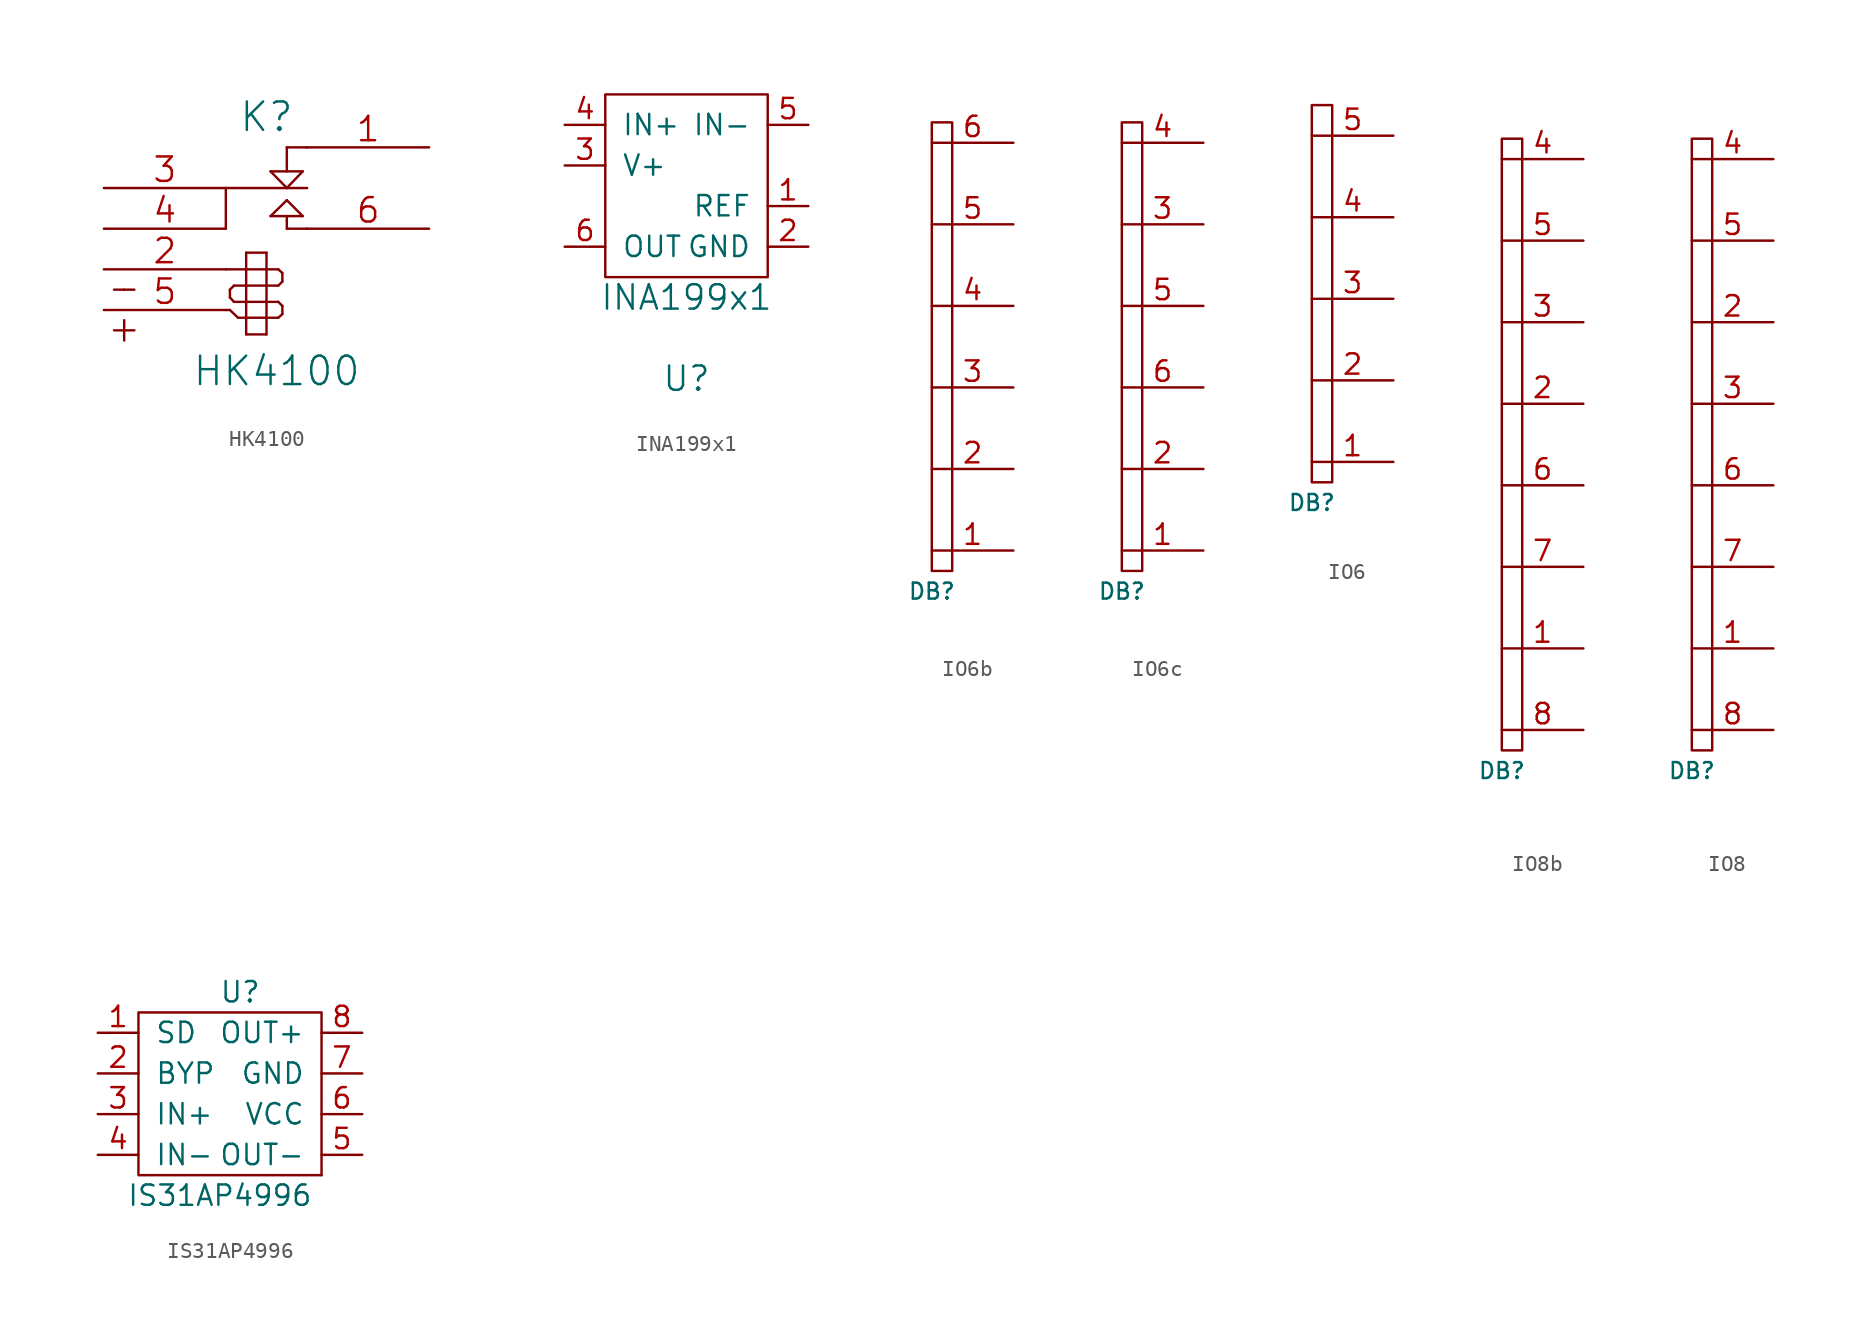
<source format=kicad_sym>
(kicad_symbol_lib
  (version 20220914)
  (generator kicad_symbol_editor)
  (symbol "HK4100"
    (pin_names
      (offset 1.016) hide)
    (property "Reference" "K"
      (at 0 3.175 0)
      (effects (font (size 1.778 1.778))))
    (property "Value" "HK4100"
      (at 0.635 -12.7 0)
      (effects (font (size 1.778 1.778))))
    (property "Footprint" ""
      (at 0 0 0)
      (effects (font (size 1.524 1.524))))
    (property "Datasheet" ""
      (at 0 0 0)
      (effects (font (size 1.524 1.524))))
    (symbol "HK4100_0_1"
      (polyline (pts (xy -9.525 -10.16) (xy -8.255 -10.16)) (stroke (width 0) (type solid)) (fill (type none)))
      (polyline (pts (xy -9.525 -7.62) (xy -8.89 -7.62)) (stroke (width 0) (type solid)) (fill (type none)))
      (polyline (pts (xy -8.89 -9.525) (xy -8.89 -10.795)) (stroke (width 0) (type solid)) (fill (type none)))
      (polyline (pts (xy -8.89 -7.62) (xy -8.255 -7.62)) (stroke (width 0) (type solid)) (fill (type none)))
      (polyline (pts (xy -2.54 -8.89) (xy -2.286 -8.89)) (stroke (width 0) (type solid)) (fill (type none)))
      (polyline (pts (xy -2.54 -6.35) (xy -1.27 -6.35)) (stroke (width 0) (type solid)) (fill (type none)))
      (polyline (pts (xy -2.54 -3.81) (xy -2.54 -1.27)) (stroke (width 0) (type solid)) (fill (type none)))
      (polyline (pts (xy -2.54 -1.27) (xy 1.27 -1.27)) (stroke (width 0) (type solid)) (fill (type none)))
      (polyline (pts (xy -2.286 -8.89) (xy -1.778 -9.373)) (stroke (width 0) (type solid)) (fill (type none)))
      (polyline (pts (xy -2.286 -8.103) (xy -2.286 -7.62)) (stroke (width 0) (type solid)) (fill (type none)))
      (polyline (pts (xy -2.032 -8.382) (xy -2.286 -8.103)) (stroke (width 0) (type solid)) (fill (type none)))
      (polyline (pts (xy -2.032 -7.366) (xy -2.286 -7.62)) (stroke (width 0) (type solid)) (fill (type none)))
      (polyline (pts (xy -1.778 -9.373) (xy -1.27 -9.373)) (stroke (width 0) (type solid)) (fill (type none)))
      (polyline (pts (xy -1.27 -10.414) (xy -1.27 -5.309)) (stroke (width 0) (type solid)) (fill (type none)))
      (polyline (pts (xy -1.27 -8.382) (xy -2.032 -8.382)) (stroke (width 0) (type solid)) (fill (type none)))
      (polyline (pts (xy -1.27 -8.382) (xy 0 -8.382)) (stroke (width 0) (type solid)) (fill (type none)))
      (polyline (pts (xy -1.27 -7.366) (xy -2.032 -7.366)) (stroke (width 0) (type solid)) (fill (type none)))
      (polyline (pts (xy -1.27 -6.35) (xy 0 -6.35)) (stroke (width 0) (type solid)) (fill (type none)))
      (polyline (pts (xy -1.27 -5.309) (xy 0 -5.309)) (stroke (width 0) (type solid)) (fill (type none)))
      (polyline (pts (xy 0 -10.414) (xy -1.27 -10.414)) (stroke (width 0) (type solid)) (fill (type none)))
      (polyline (pts (xy 0 -9.373) (xy -1.27 -9.373)) (stroke (width 0) (type solid)) (fill (type none)))
      (polyline (pts (xy 0 -9.373) (xy 0.737 -9.373)) (stroke (width 0) (type solid)) (fill (type none)))
      (polyline (pts (xy 0 -8.382) (xy 0.737 -8.382)) (stroke (width 0) (type solid)) (fill (type none)))
      (polyline (pts (xy 0 -7.366) (xy -1.27 -7.366)) (stroke (width 0) (type solid)) (fill (type none)))
      (polyline (pts (xy 0 -7.366) (xy 0.737 -7.366)) (stroke (width 0) (type solid)) (fill (type none)))
      (polyline (pts (xy 0 -6.35) (xy 0.737 -6.35)) (stroke (width 0) (type solid)) (fill (type none)))
      (polyline (pts (xy 0 -5.309) (xy 0 -10.414)) (stroke (width 0) (type solid)) (fill (type none)))
      (polyline (pts (xy 0.254 -3.023) (xy 2.261 -3.023)) (stroke (width 0) (type solid)) (fill (type none)))
      (polyline (pts (xy 0.254 -0.229) (xy 2.261 -0.229)) (stroke (width 0) (type solid)) (fill (type none)))
      (polyline (pts (xy 0.737 -9.373) (xy 0.991 -9.144)) (stroke (width 0) (type solid)) (fill (type none)))
      (polyline (pts (xy 0.737 -8.382) (xy 0.991 -8.636)) (stroke (width 0) (type solid)) (fill (type none)))
      (polyline (pts (xy 0.737 -7.366) (xy 0.991 -7.112)) (stroke (width 0) (type solid)) (fill (type none)))
      (polyline (pts (xy 0.737 -6.35) (xy 0.991 -6.579)) (stroke (width 0) (type solid)) (fill (type none)))
      (polyline (pts (xy 0.991 -9.144) (xy 0.991 -8.636)) (stroke (width 0) (type solid)) (fill (type none)))
      (polyline (pts (xy 0.991 -6.579) (xy 0.991 -7.112)) (stroke (width 0) (type solid)) (fill (type none)))
      (polyline (pts (xy 1.27 -3.81) (xy 1.27 -3.302)) (stroke (width 0) (type solid)) (fill (type none)))
      (polyline (pts (xy 1.27 -3.302) (xy 1.27 -3.023)) (stroke (width 0) (type solid)) (fill (type none)))
      (polyline (pts (xy 1.27 -2.032) (xy 0.254 -3.023)) (stroke (width 0) (type solid)) (fill (type none)))
      (polyline (pts (xy 1.27 -1.27) (xy 0.254 -0.229)) (stroke (width 0) (type solid)) (fill (type none)))
      (polyline (pts (xy 1.27 -1.27) (xy 2.54 -1.27)) (stroke (width 0) (type solid)) (fill (type none)))
      (polyline (pts (xy 1.27 1.27) (xy 1.27 -0.229)) (stroke (width 0) (type solid)) (fill (type none)))
      (polyline (pts (xy 1.27 1.27) (xy 2.54 1.27)) (stroke (width 0) (type solid)) (fill (type none)))
      (polyline (pts (xy 2.261 -3.023) (xy 1.27 -2.032)) (stroke (width 0) (type solid)) (fill (type none)))
      (polyline (pts (xy 2.261 -0.229) (xy 1.27 -1.27)) (stroke (width 0) (type solid)) (fill (type none)))
      (polyline (pts (xy 2.54 -3.81) (xy 1.27 -3.81)) (stroke (width 0) (type solid)) (fill (type none))))
    (symbol "HK4100_1_1"
      (pin passive line (at 10.16 1.27 180) (length 7.62) (name "1" (effects (font (size 1.524 1.524)))) (number "1" (effects (font (size 1.524 1.524)))))
      (pin input line (at -10.16 -6.35 0) (length 7.62) (name "2" (effects (font (size 1.524 1.524)))) (number "2" (effects (font (size 1.524 1.524)))))
      (pin passive line (at -10.16 -1.27 0) (length 7.62) (name "3" (effects (font (size 1.524 1.524)))) (number "3" (effects (font (size 1.524 1.524)))))
      (pin input line (at -10.16 -3.81 0) (length 7.62) (name "4" (effects (font (size 1.524 1.524)))) (number "4" (effects (font (size 1.524 1.524)))))
      (pin input line (at -10.16 -8.89 0) (length 7.62) (name "5" (effects (font (size 1.524 1.524)))) (number "5" (effects (font (size 1.524 1.524)))))
      (pin passive line (at 10.16 -3.81 180) (length 7.62) (name "6" (effects (font (size 1.524 1.524)))) (number "6" (effects (font (size 1.524 1.524)))))))
  (symbol "INA199x1"
    (pin_names
      (offset 1.016))
    (property "Reference" "U"
      (at 0 -6.35 0)
      (effects (font (size 1.524 1.524))))
    (property "Value" "INA199x1"
      (at 0 -1.27 0)
      (effects (font (size 1.524 1.524))))
    (property "Footprint" ""
      (at 0 0 0)
      (effects (font (size 1.524 1.524))))
    (property "Datasheet" ""
      (at 0 0 0)
      (effects (font (size 1.524 1.524))))
    (symbol "INA199x1_0_0"
      (rectangle (start -5.08 11.43) (end 5.08 0) (stroke (width 0) (type solid)) (fill (type none))))
    (symbol "INA199x1_1_1"
      (pin input line (at 7.62 4.445 180) (length 2.54) (name "REF" (effects (font (size 1.27 1.27)))) (number "1" (effects (font (size 1.27 1.27)))))
      (pin input line (at 7.62 1.905 180) (length 2.54) (name "GND" (effects (font (size 1.27 1.27)))) (number "2" (effects (font (size 1.27 1.27)))))
      (pin input line (at -7.62 6.985 0) (length 2.54) (name "V+" (effects (font (size 1.27 1.27)))) (number "3" (effects (font (size 1.27 1.27)))))
      (pin input line (at -7.62 9.525 0) (length 2.54) (name "IN+" (effects (font (size 1.27 1.27)))) (number "4" (effects (font (size 1.27 1.27)))))
      (pin input line (at 7.62 9.525 180) (length 2.54) (name "IN-" (effects (font (size 1.27 1.27)))) (number "5" (effects (font (size 1.27 1.27)))))
      (pin input line (at -7.62 1.905 0) (length 2.54) (name "OUT" (effects (font (size 1.27 1.27)))) (number "6" (effects (font (size 1.27 1.27)))))))
  (symbol "IO6b"
    (pin_names
      (offset 1.016))
    (property "Reference" "DB"
      (at -2.54 -20.32 0)
      (effects (font (size 0.991 0.991))))
    (property "Footprint" ""
      (at 0 -8.89 0)
      (effects (font (size 1.524 1.524))))
    (property "Datasheet" ""
      (at 0 -8.89 0)
      (effects (font (size 1.524 1.524))))
    (symbol "IO6b_0_1"
      (rectangle (start -2.54 8.89) (end -1.27 -19.05) (stroke (width 0) (type solid)) (fill (type none))))
    (symbol "IO6b_1_1"
      (pin input line (at 2.54 -17.78 180) (length 5.08) (name "~" (effects (font (size 1.27 1.27)))) (number "1" (effects (font (size 1.27 1.27)))))
      (pin input line (at 2.54 -12.7 180) (length 5.08) (name "~" (effects (font (size 1.27 1.27)))) (number "2" (effects (font (size 1.27 1.27)))))
      (pin input line (at 2.54 -7.62 180) (length 5.08) (name "~" (effects (font (size 1.27 1.27)))) (number "3" (effects (font (size 1.27 1.27)))))
      (pin input line (at 2.54 -2.54 180) (length 5.08) (name "~" (effects (font (size 1.27 1.27)))) (number "4" (effects (font (size 1.27 1.27)))))
      (pin input line (at 2.54 2.54 180) (length 5.08) (name "~" (effects (font (size 1.27 1.27)))) (number "5" (effects (font (size 1.27 1.27)))))
      (pin input line (at 2.54 7.62 180) (length 5.08) (name "~" (effects (font (size 1.27 1.27)))) (number "6" (effects (font (size 1.27 1.27)))))))
  (symbol "IO6c"
    (pin_names
      (offset 1.016))
    (property "Reference" "DB"
      (at -2.54 -20.32 0)
      (effects (font (size 0.991 0.991))))
    (property "Footprint" ""
      (at 0 -8.89 0)
      (effects (font (size 1.524 1.524))))
    (property "Datasheet" ""
      (at 0 -8.89 0)
      (effects (font (size 1.524 1.524))))
    (symbol "IO6c_0_1"
      (rectangle (start -2.54 8.89) (end -1.27 -19.05) (stroke (width 0) (type solid)) (fill (type none))))
    (symbol "IO6c_1_1"
      (pin input line (at 2.54 -17.78 180) (length 5.08) (name "~" (effects (font (size 1.27 1.27)))) (number "1" (effects (font (size 1.27 1.27)))))
      (pin input line (at 2.54 -12.7 180) (length 5.08) (name "~" (effects (font (size 1.27 1.27)))) (number "2" (effects (font (size 1.27 1.27)))))
      (pin input line (at 2.54 2.54 180) (length 5.08) (name "~" (effects (font (size 1.27 1.27)))) (number "3" (effects (font (size 1.27 1.27)))))
      (pin input line (at 2.54 7.62 180) (length 5.08) (name "~" (effects (font (size 1.27 1.27)))) (number "4" (effects (font (size 1.27 1.27)))))
      (pin input line (at 2.54 -2.54 180) (length 5.08) (name "~" (effects (font (size 1.27 1.27)))) (number "5" (effects (font (size 1.27 1.27)))))
      (pin input line (at 2.54 -7.62 180) (length 5.08) (name "~" (effects (font (size 1.27 1.27)))) (number "6" (effects (font (size 1.27 1.27)))))))
  (symbol "IO6"
    (pin_names
      (offset 1.016))
    (property "Reference" "DB"
      (at -2.54 -20.32 0)
      (effects (font (size 0.991 0.991))))
    (property "Footprint" ""
      (at 0 -8.89 0)
      (effects (font (size 1.524 1.524))))
    (property "Datasheet" ""
      (at 0 -8.89 0)
      (effects (font (size 1.524 1.524))))
    (symbol "IO6_0_1"
      (rectangle (start -2.54 4.445) (end -1.27 -19.05) (stroke (width 0) (type solid)) (fill (type none))))
    (symbol "IO6_1_1"
      (pin input line (at 2.54 -17.78 180) (length 5.08) (name "~" (effects (font (size 1.27 1.27)))) (number "1" (effects (font (size 1.27 1.27)))))
      (pin input line (at 2.54 -12.7 180) (length 5.08) (name "~" (effects (font (size 1.27 1.27)))) (number "2" (effects (font (size 1.27 1.27)))))
      (pin input line (at 2.54 -7.62 180) (length 5.08) (name "~" (effects (font (size 1.27 1.27)))) (number "3" (effects (font (size 1.27 1.27)))))
      (pin input line (at 2.54 -2.54 180) (length 5.08) (name "~" (effects (font (size 1.27 1.27)))) (number "4" (effects (font (size 1.27 1.27)))))
      (pin input line (at 2.54 2.54 180) (length 5.08) (name "~" (effects (font (size 1.27 1.27)))) (number "5" (effects (font (size 1.27 1.27)))))))
  (symbol "IO8b"
    (pin_names
      (offset 1.016))
    (property "Reference" "DB"
      (at -2.54 -20.32 0)
      (effects (font (size 0.991 0.991))))
    (property "Footprint" ""
      (at 0 -8.89 0)
      (effects (font (size 1.524 1.524))))
    (property "Datasheet" ""
      (at 0 -8.89 0)
      (effects (font (size 1.524 1.524))))
    (symbol "IO8b_0_1"
      (rectangle (start -2.54 19.05) (end -1.27 -19.05) (stroke (width 0) (type solid)) (fill (type none))))
    (symbol "IO8b_1_1"
      (pin input line (at 2.54 -12.7 180) (length 5.08) (name "~" (effects (font (size 1.27 1.27)))) (number "1" (effects (font (size 1.27 1.27)))))
      (pin input line (at 2.54 2.54 180) (length 5.08) (name "~" (effects (font (size 1.27 1.27)))) (number "2" (effects (font (size 1.27 1.27)))))
      (pin input line (at 2.54 7.62 180) (length 5.08) (name "~" (effects (font (size 1.27 1.27)))) (number "3" (effects (font (size 1.27 1.27)))))
      (pin input line (at 2.54 17.78 180) (length 5.08) (name "~" (effects (font (size 1.27 1.27)))) (number "4" (effects (font (size 1.27 1.27)))))
      (pin input line (at 2.54 12.7 180) (length 5.08) (name "~" (effects (font (size 1.27 1.27)))) (number "5" (effects (font (size 1.27 1.27)))))
      (pin input line (at 2.54 -2.54 180) (length 5.08) (name "~" (effects (font (size 1.27 1.27)))) (number "6" (effects (font (size 1.27 1.27)))))
      (pin input line (at 2.54 -7.62 180) (length 5.08) (name "~" (effects (font (size 1.27 1.27)))) (number "7" (effects (font (size 1.27 1.27)))))
      (pin input line (at 2.54 -17.78 180) (length 5.08) (name "~" (effects (font (size 1.27 1.27)))) (number "8" (effects (font (size 1.27 1.27)))))))
  (symbol "IO8"
    (pin_names
      (offset 1.016))
    (property "Reference" "DB"
      (at -2.54 -20.32 0)
      (effects (font (size 0.991 0.991))))
    (property "Footprint" ""
      (at 0 -8.89 0)
      (effects (font (size 1.524 1.524))))
    (property "Datasheet" ""
      (at 0 -8.89 0)
      (effects (font (size 1.524 1.524))))
    (symbol "IO8_0_1"
      (rectangle (start -2.54 19.05) (end -1.27 -19.05) (stroke (width 0) (type solid)) (fill (type none))))
    (symbol "IO8_1_1"
      (pin input line (at 2.54 -12.7 180) (length 5.08) (name "~" (effects (font (size 1.27 1.27)))) (number "1" (effects (font (size 1.27 1.27)))))
      (pin input line (at 2.54 7.62 180) (length 5.08) (name "~" (effects (font (size 1.27 1.27)))) (number "2" (effects (font (size 1.27 1.27)))))
      (pin input line (at 2.54 2.54 180) (length 5.08) (name "~" (effects (font (size 1.27 1.27)))) (number "3" (effects (font (size 1.27 1.27)))))
      (pin input line (at 2.54 17.78 180) (length 5.08) (name "~" (effects (font (size 1.27 1.27)))) (number "4" (effects (font (size 1.27 1.27)))))
      (pin input line (at 2.54 12.7 180) (length 5.08) (name "~" (effects (font (size 1.27 1.27)))) (number "5" (effects (font (size 1.27 1.27)))))
      (pin input line (at 2.54 -2.54 180) (length 5.08) (name "~" (effects (font (size 1.27 1.27)))) (number "6" (effects (font (size 1.27 1.27)))))
      (pin input line (at 2.54 -7.62 180) (length 5.08) (name "~" (effects (font (size 1.27 1.27)))) (number "7" (effects (font (size 1.27 1.27)))))
      (pin input line (at 2.54 -17.78 180) (length 5.08) (name "~" (effects (font (size 1.27 1.27)))) (number "8" (effects (font (size 1.27 1.27)))))))
  (symbol "IS31AP4996"
    (pin_names
      (offset 1.016))
    (property "Reference" "U"
      (at 6.35 11.43 0)
      (effects (font (size 1.27 1.27))))
    (property "Value" "IS31AP4996"
      (at 5.08 -1.27 0)
      (effects (font (size 1.27 1.27))))
    (symbol "IS31AP4996_0_1"
      (rectangle (start 0 10.16) (end 11.43 0) (stroke (width 0) (type solid)) (fill (type none)))
      (rectangle (start 11.43 0) (end 11.43 0) (stroke (width 0) (type solid)) (fill (type none))))
    (symbol "IS31AP4996_1_1"
      (pin input line (at -2.54 8.89 0) (length 2.54) (name "SD" (effects (font (size 1.27 1.27)))) (number "1" (effects (font (size 1.27 1.27)))))
      (pin input line (at -2.54 6.35 0) (length 2.54) (name "BYP" (effects (font (size 1.27 1.27)))) (number "2" (effects (font (size 1.27 1.27)))))
      (pin input line (at -2.54 3.81 0) (length 2.54) (name "IN+" (effects (font (size 1.27 1.27)))) (number "3" (effects (font (size 1.27 1.27)))))
      (pin input line (at -2.54 1.27 0) (length 2.54) (name "IN-" (effects (font (size 1.27 1.27)))) (number "4" (effects (font (size 1.27 1.27)))))
      (pin output line (at 13.97 1.27 180) (length 2.54) (name "OUT-" (effects (font (size 1.27 1.27)))) (number "5" (effects (font (size 1.27 1.27)))))
      (pin power_in line (at 13.97 3.81 180) (length 2.54) (name "VCC" (effects (font (size 1.27 1.27)))) (number "6" (effects (font (size 1.27 1.27)))))
      (pin power_in line (at 13.97 6.35 180) (length 2.54) (name "GND" (effects (font (size 1.27 1.27)))) (number "7" (effects (font (size 1.27 1.27)))))
      (pin output line (at 13.97 8.89 180) (length 2.54) (name "OUT+" (effects (font (size 1.27 1.27)))) (number "8" (effects (font (size 1.27 1.27))))))))
</source>
